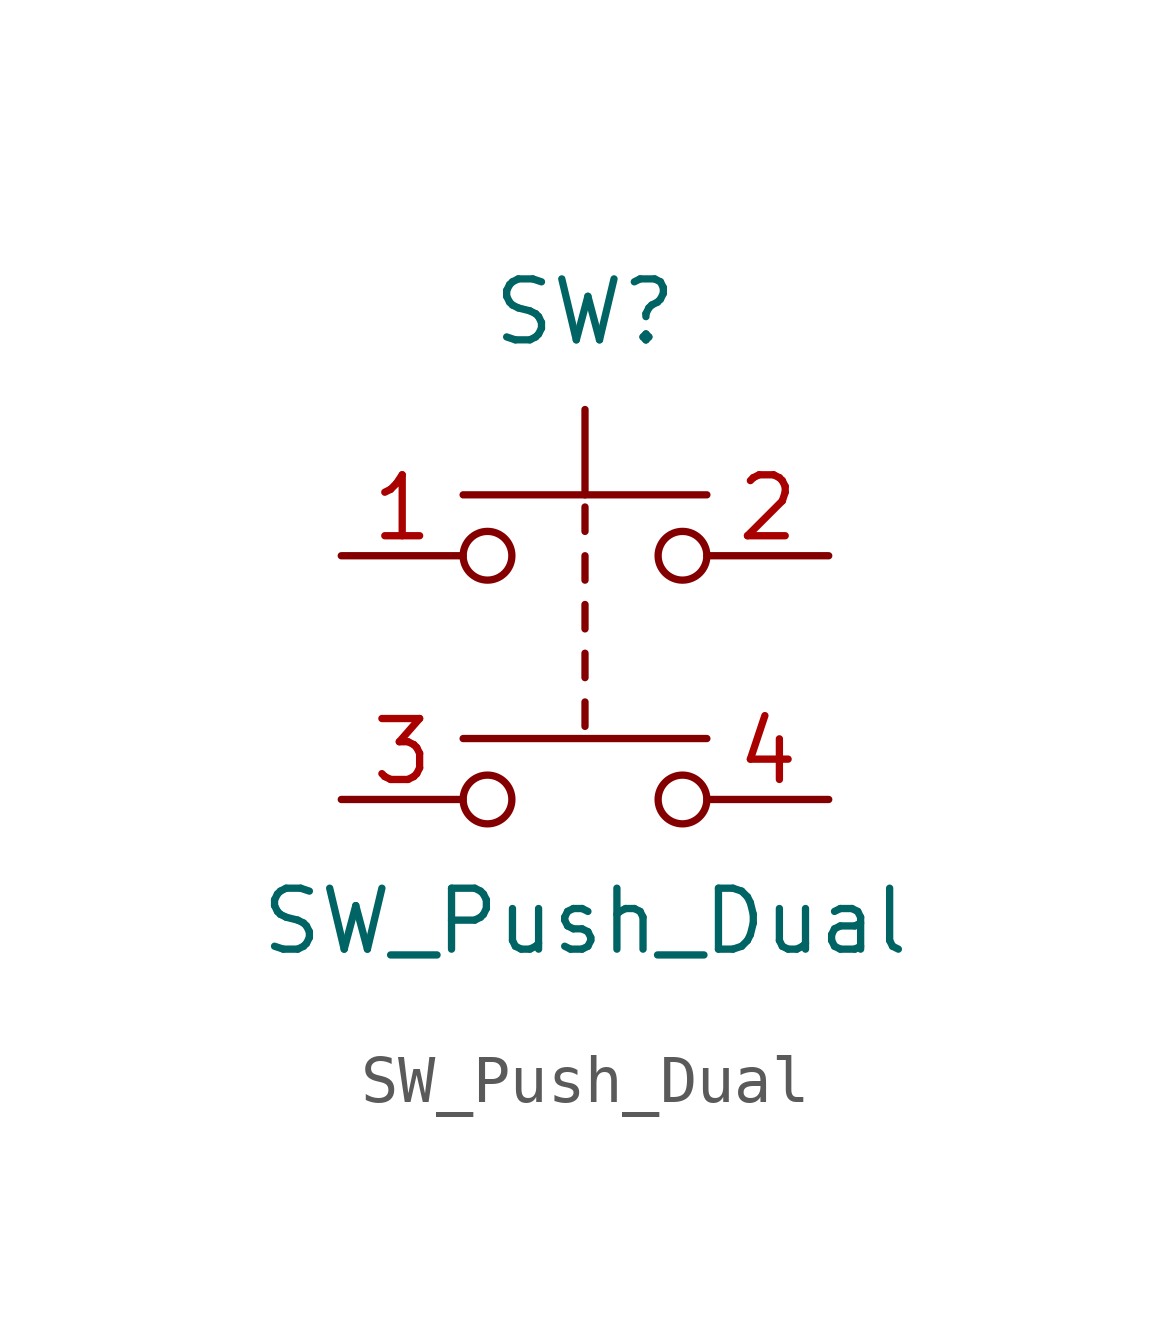
<source format=kicad_sym>
(kicad_symbol_lib
  (version 20231120)
  (generator "kicad_symbol_editor")
  (generator_version "8.0")
  (symbol "SW_Push_Dual"
    (pin_names
      (offset 1.016) hide)
    (property "Reference" "SW"
      (at 0 5.08 0)
      (effects (font (size 1.27 1.27))))
    (property "Value" "SW_Push_Dual"
      (at 0 -7.62 0)
      (effects (font (size 1.27 1.27))))
    (symbol "SW_Push_Dual_0_1"
      (circle (center -2.032 -5.08) (radius 0.508) (stroke (width 0) (type default)) (fill (type none)))
      (circle (center -2.032 0) (radius 0.508) (stroke (width 0) (type default)) (fill (type none)))
      (polyline (pts (xy 0 -3.048) (xy 0 -3.556)) (stroke (width 0) (type default)) (fill (type none)))
      (polyline (pts (xy 0 -2.032) (xy 0 -2.54)) (stroke (width 0) (type default)) (fill (type none)))
      (polyline (pts (xy 0 -1.524) (xy 0 -1.016)) (stroke (width 0) (type default)) (fill (type none)))
      (polyline (pts (xy 0 -0.508) (xy 0 0)) (stroke (width 0) (type default)) (fill (type none)))
      (polyline (pts (xy 0 0.508) (xy 0 1.016)) (stroke (width 0) (type default)) (fill (type none)))
      (polyline (pts (xy 0 1.27) (xy 0 3.048)) (stroke (width 0) (type default)) (fill (type none)))
      (polyline (pts (xy 2.54 -3.81) (xy -2.54 -3.81)) (stroke (width 0) (type default)) (fill (type none)))
      (polyline (pts (xy 2.54 1.27) (xy -2.54 1.27)) (stroke (width 0) (type default)) (fill (type none)))
      (circle (center 2.032 -5.08) (radius 0.508) (stroke (width 0) (type default)) (fill (type none)))
      (circle (center 2.032 0) (radius 0.508) (stroke (width 0) (type default)) (fill (type none)))
      (pin passive line (at -5.08 0 0) (length 2.54) (name "1" (effects (font (size 1.27 1.27)))) (number "1" (effects (font (size 1.27 1.27)))))
      (pin passive line (at 5.08 0 180) (length 2.54) (name "2" (effects (font (size 1.27 1.27)))) (number "2" (effects (font (size 1.27 1.27)))))
      (pin passive line (at -5.08 -5.08 0) (length 2.54) (name "3" (effects (font (size 1.27 1.27)))) (number "3" (effects (font (size 1.27 1.27)))))
      (pin passive line (at 5.08 -5.08 180) (length 2.54) (name "4" (effects (font (size 1.27 1.27)))) (number "4" (effects (font (size 1.27 1.27))))))))
</source>
